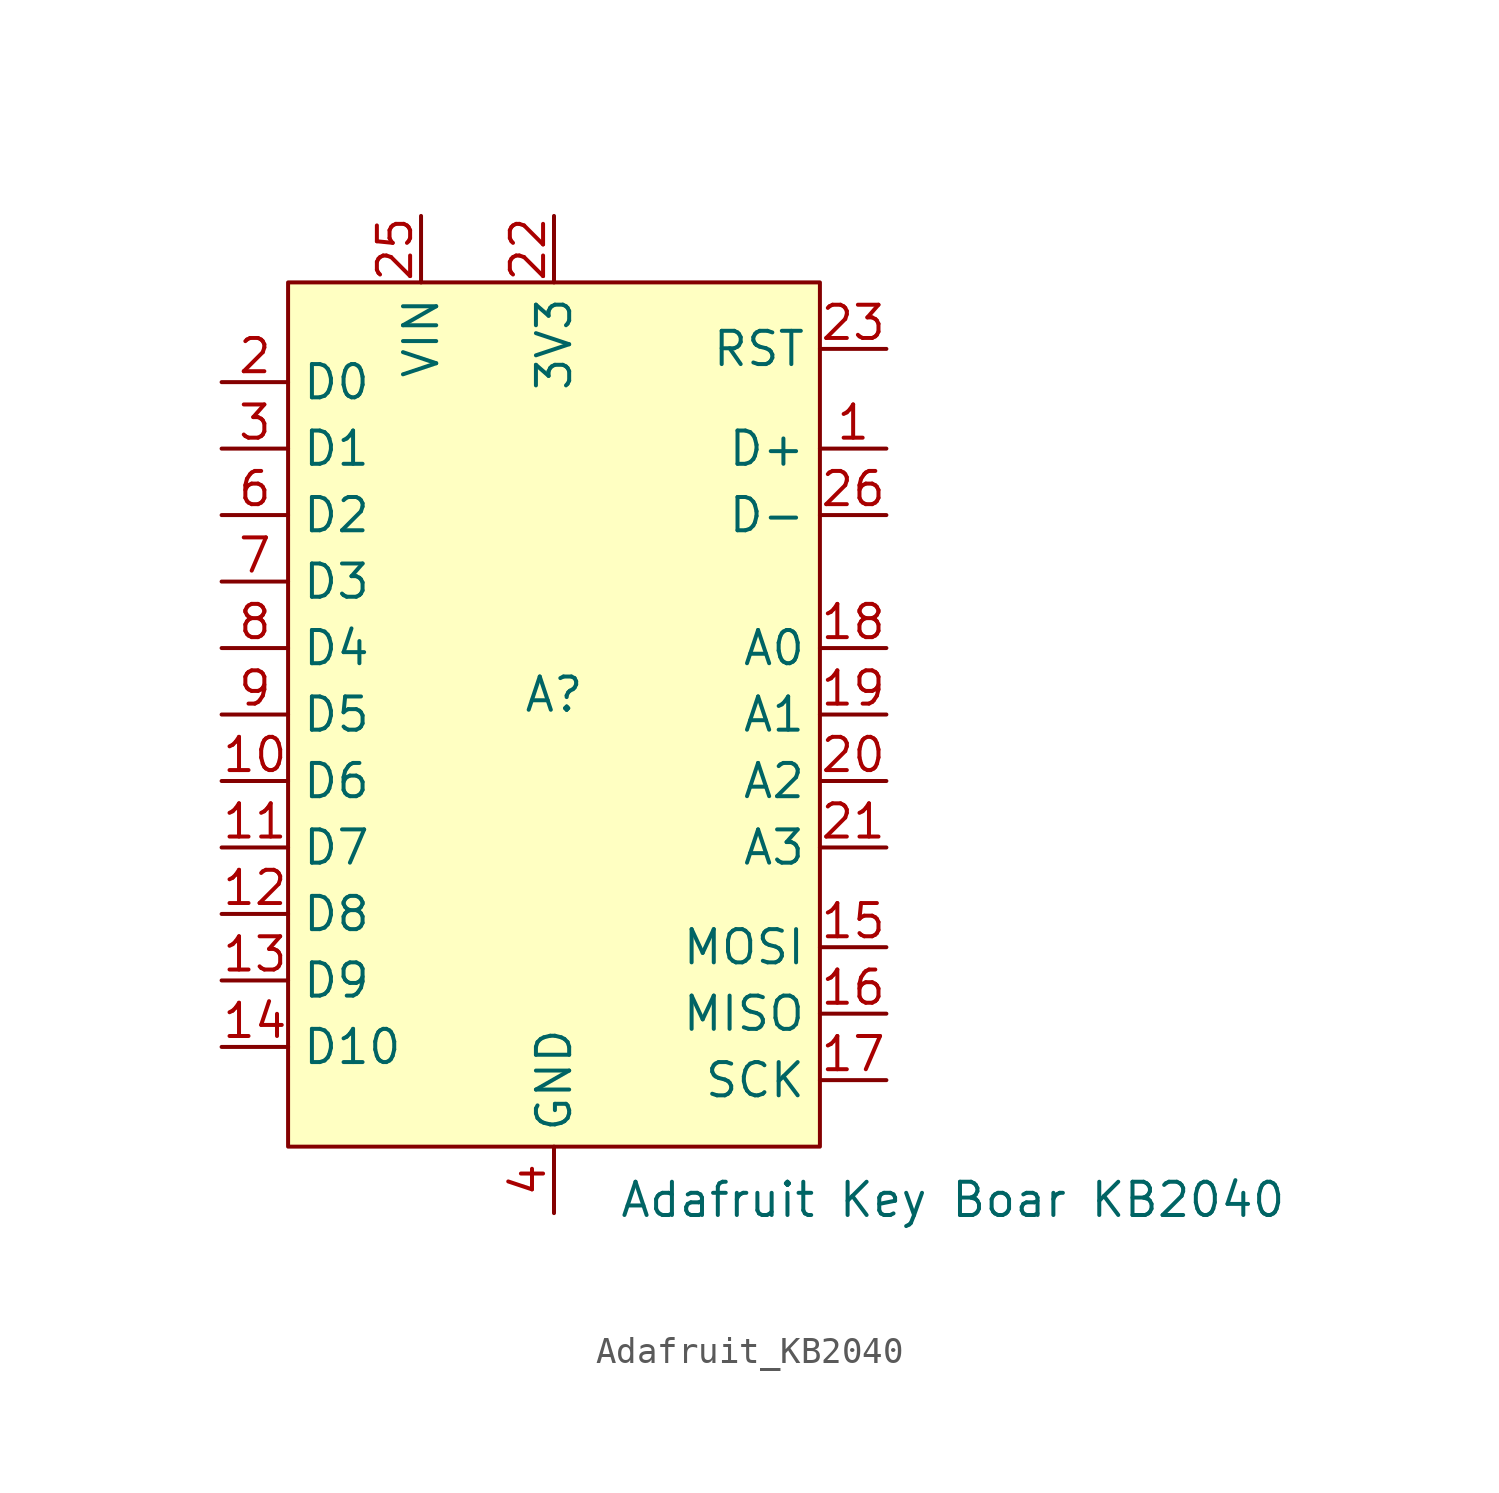
<source format=kicad_sym>
(kicad_symbol_lib
  (version 20231120)
  (generator "kicad_symbol_editor")
  (generator_version "8.0")
  (symbol "Adafruit_KB2040"
    (property "Reference" "A"
      (at 0 4.572 0)
      (effects (font (size 1.27 1.27))))
    (property "Value" "Adafruit Key Boar KB2040"
      (at 15.24 -14.732 0)
      (effects (font (size 1.27 1.27))))
    (symbol "Adafruit_KB2040_0_1"
      (rectangle (start -10.16 20.32) (end 10.16 -12.7) (stroke (width 0) (type default)) (fill (type background))))
    (symbol "Adafruit_KB2040_1_1"
      (pin bidirectional line (at 12.7 13.97 180) (length 2.54) (name "D+" (effects (font (size 1.27 1.27)))) (number "1" (effects (font (size 1.27 1.27)))))
      (pin bidirectional line (at -12.7 1.27 0) (length 2.54) (name "D6" (effects (font (size 1.27 1.27)))) (number "10" (effects (font (size 1.27 1.27)))))
      (pin bidirectional line (at -12.7 -1.27 0) (length 2.54) (name "D7" (effects (font (size 1.27 1.27)))) (number "11" (effects (font (size 1.27 1.27)))))
      (pin bidirectional line (at -12.7 -3.81 0) (length 2.54) (name "D8" (effects (font (size 1.27 1.27)))) (number "12" (effects (font (size 1.27 1.27)))))
      (pin bidirectional line (at -12.7 -6.35 0) (length 2.54) (name "D9" (effects (font (size 1.27 1.27)))) (number "13" (effects (font (size 1.27 1.27)))))
      (pin bidirectional line (at -12.7 -8.89 0) (length 2.54) (name "D10" (effects (font (size 1.27 1.27)))) (number "14" (effects (font (size 1.27 1.27)))))
      (pin bidirectional line (at 12.7 -5.08 180) (length 2.54) (name "MOSI" (effects (font (size 1.27 1.27)))) (number "15" (effects (font (size 1.27 1.27)))))
      (pin bidirectional line (at 12.7 -7.62 180) (length 2.54) (name "MISO" (effects (font (size 1.27 1.27)))) (number "16" (effects (font (size 1.27 1.27)))))
      (pin bidirectional line (at 12.7 -10.16 180) (length 2.54) (name "SCK" (effects (font (size 1.27 1.27)))) (number "17" (effects (font (size 1.27 1.27)))))
      (pin bidirectional line (at 12.7 6.35 180) (length 2.54) (name "A0" (effects (font (size 1.27 1.27)))) (number "18" (effects (font (size 1.27 1.27)))))
      (pin bidirectional line (at 12.7 3.81 180) (length 2.54) (name "A1" (effects (font (size 1.27 1.27)))) (number "19" (effects (font (size 1.27 1.27)))))
      (pin bidirectional line (at -12.7 16.51 0) (length 2.54) (name "D0" (effects (font (size 1.27 1.27)))) (number "2" (effects (font (size 1.27 1.27)))))
      (pin bidirectional line (at 12.7 1.27 180) (length 2.54) (name "A2" (effects (font (size 1.27 1.27)))) (number "20" (effects (font (size 1.27 1.27)))))
      (pin bidirectional line (at 12.7 -1.27 180) (length 2.54) (name "A3" (effects (font (size 1.27 1.27)))) (number "21" (effects (font (size 1.27 1.27)))))
      (pin bidirectional line (at 0 22.86 270) (length 2.54) (name "3V3" (effects (font (size 1.27 1.27)))) (number "22" (effects (font (size 1.27 1.27)))))
      (pin bidirectional line (at 12.7 17.78 180) (length 2.54) (name "RST" (effects (font (size 1.27 1.27)))) (number "23" (effects (font (size 1.27 1.27)))))
      (pin power_out line (at 0 -15.24 90) (length 2.54) hide (name "GND" (effects (font (size 1.27 1.27)))) (number "24" (effects (font (size 1.27 1.27)))))
      (pin power_out line (at -5.08 22.86 270) (length 2.54) (name "VIN" (effects (font (size 1.27 1.27)))) (number "25" (effects (font (size 1.27 1.27)))))
      (pin bidirectional line (at 12.7 11.43 180) (length 2.54) (name "D-" (effects (font (size 1.27 1.27)))) (number "26" (effects (font (size 1.27 1.27)))))
      (pin bidirectional line (at -12.7 13.97 0) (length 2.54) (name "D1" (effects (font (size 1.27 1.27)))) (number "3" (effects (font (size 1.27 1.27)))))
      (pin power_out line (at 0 -15.24 90) (length 2.54) (name "GND" (effects (font (size 1.27 1.27)))) (number "4" (effects (font (size 1.27 1.27)))))
      (pin power_out line (at 0 -15.24 90) (length 2.54) hide (name "GND" (effects (font (size 1.27 1.27)))) (number "5" (effects (font (size 1.27 1.27)))))
      (pin bidirectional line (at -12.7 11.43 0) (length 2.54) (name "D2" (effects (font (size 1.27 1.27)))) (number "6" (effects (font (size 1.27 1.27)))))
      (pin bidirectional line (at -12.7 8.89 0) (length 2.54) (name "D3" (effects (font (size 1.27 1.27)))) (number "7" (effects (font (size 1.27 1.27)))))
      (pin bidirectional line (at -12.7 6.35 0) (length 2.54) (name "D4" (effects (font (size 1.27 1.27)))) (number "8" (effects (font (size 1.27 1.27)))))
      (pin bidirectional line (at -12.7 3.81 0) (length 2.54) (name "D5" (effects (font (size 1.27 1.27)))) (number "9" (effects (font (size 1.27 1.27))))))))
</source>
